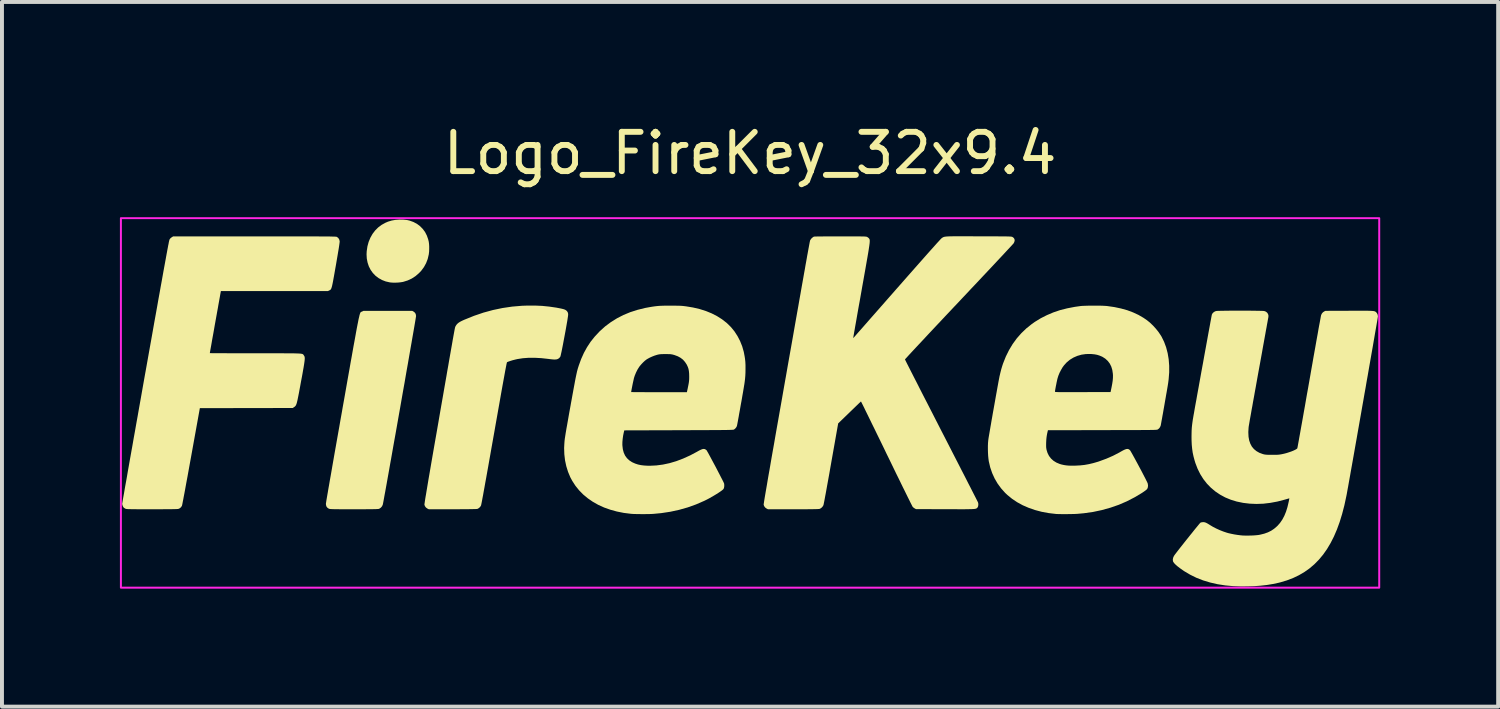
<source format=kicad_pcb>
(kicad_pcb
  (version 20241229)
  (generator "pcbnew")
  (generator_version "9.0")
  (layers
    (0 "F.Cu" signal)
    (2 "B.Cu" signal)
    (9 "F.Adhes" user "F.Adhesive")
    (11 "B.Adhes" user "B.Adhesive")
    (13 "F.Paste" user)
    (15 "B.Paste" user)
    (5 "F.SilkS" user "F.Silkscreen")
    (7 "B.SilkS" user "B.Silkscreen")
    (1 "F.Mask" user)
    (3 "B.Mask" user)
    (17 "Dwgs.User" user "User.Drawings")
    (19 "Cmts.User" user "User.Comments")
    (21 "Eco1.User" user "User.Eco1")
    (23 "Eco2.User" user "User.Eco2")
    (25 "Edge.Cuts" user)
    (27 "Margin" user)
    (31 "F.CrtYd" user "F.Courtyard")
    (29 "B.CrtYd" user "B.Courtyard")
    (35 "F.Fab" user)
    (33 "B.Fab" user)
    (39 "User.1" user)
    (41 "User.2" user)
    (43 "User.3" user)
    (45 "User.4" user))
  (footprint "Logo_FireKey_32x9.4"
    (layer "F.Cu")
    (at 16.027 7.198)
    (property "Reference" "Logo_FireKey_32x9.4" (at 0 -6.35 0) (unlocked yes) (layer "F.SilkS") (effects (font (size 1 1) (thickness 0.15))))
    (attr smd)
    (fp_poly (pts (xy -8.816 -4.662) (xy -8.719 -4.651) (xy -8.66 -4.637) (xy -8.562 -4.602) (xy -8.473 -4.555) (xy -8.394 -4.496) (xy -8.325 -4.426) (xy -8.266 -4.346) (xy -8.22 -4.256) (xy -8.186 -4.158) (xy -8.172 -4.099) (xy -8.165 -4.046) (xy -8.161 -3.984) (xy -8.161 -3.916) (xy -8.163 -3.85) (xy -8.17 -3.791) (xy -8.172 -3.775) (xy -8.199 -3.661) (xy -8.24 -3.554) (xy -8.295 -3.454) (xy -8.363 -3.362) (xy -8.421 -3.301) (xy -8.509 -3.225) (xy -8.605 -3.163) (xy -8.708 -3.115) (xy -8.817 -3.081) (xy -8.828 -3.078) (xy -8.883 -3.069) (xy -8.946 -3.062) (xy -9.013 -3.059) (xy -9.079 -3.059) (xy -9.137 -3.063) (xy -9.162 -3.066) (xy -9.267 -3.09) (xy -9.363 -3.127) (xy -9.45 -3.176) (xy -9.528 -3.236) (xy -9.595 -3.306) (xy -9.651 -3.385) (xy -9.696 -3.473) (xy -9.728 -3.569) (xy -9.748 -3.671) (xy -9.754 -3.779) (xy -9.75 -3.859) (xy -9.732 -3.982) (xy -9.701 -4.096) (xy -9.657 -4.202) (xy -9.602 -4.299) (xy -9.536 -4.386) (xy -9.459 -4.463) (xy -9.371 -4.529) (xy -9.273 -4.583) (xy -9.207 -4.611) (xy -9.117 -4.638) (xy -9.019 -4.656) (xy -8.917 -4.664)) (stroke (width 0) (type solid)) (fill yes) (layer "F.SilkS"))
    (fp_poly (pts (xy -8.558 -2.323) (xy -8.525 -2.296) (xy -8.504 -2.262) (xy -8.496 -2.218) (xy -8.495 -2.208) (xy -8.497 -2.197) (xy -8.501 -2.171) (xy -8.507 -2.132) (xy -8.516 -2.079) (xy -8.527 -2.014) (xy -8.54 -1.937) (xy -8.555 -1.85) (xy -8.572 -1.752) (xy -8.591 -1.644) (xy -8.611 -1.527) (xy -8.633 -1.403) (xy -8.656 -1.27) (xy -8.68 -1.132) (xy -8.705 -0.987) (xy -8.732 -0.837) (xy -8.759 -0.682) (xy -8.786 -0.523) (xy -8.815 -0.362) (xy -8.844 -0.198) (xy -8.873 -0.032) (xy -8.902 0.135) (xy -8.932 0.302) (xy -8.961 0.468) (xy -8.99 0.633) (xy -9.019 0.797) (xy -9.048 0.957) (xy -9.076 1.114) (xy -9.103 1.268) (xy -9.129 1.416) (xy -9.155 1.559) (xy -9.179 1.696) (xy -9.202 1.825) (xy -9.224 1.947) (xy -9.244 2.061) (xy -9.263 2.165) (xy -9.28 2.26) (xy -9.296 2.344) (xy -9.309 2.417) (xy -9.32 2.478) (xy -9.329 2.526) (xy -9.336 2.561) (xy -9.34 2.581) (xy -9.341 2.586) (xy -9.36 2.628) (xy -9.39 2.663) (xy -9.425 2.688) (xy -9.443 2.695) (xy -9.454 2.697) (xy -9.472 2.698) (xy -9.498 2.7) (xy -9.535 2.701) (xy -9.581 2.702) (xy -9.638 2.703) (xy -9.707 2.703) (xy -9.789 2.704) (xy -9.884 2.704) (xy -9.993 2.704) (xy -10.078 2.704) (xy -10.19 2.704) (xy -10.287 2.704) (xy -10.37 2.704) (xy -10.442 2.704) (xy -10.502 2.703) (xy -10.551 2.703) (xy -10.592 2.702) (xy -10.625 2.701) (xy -10.65 2.7) (xy -10.67 2.699) (xy -10.685 2.697) (xy -10.696 2.695) (xy -10.704 2.693) (xy -10.711 2.691) (xy -10.713 2.69) (xy -10.748 2.667) (xy -10.772 2.638) (xy -10.785 2.599) (xy -10.788 2.56) (xy -10.786 2.55) (xy -10.782 2.524) (xy -10.776 2.484) (xy -10.767 2.431) (xy -10.756 2.365) (xy -10.742 2.287) (xy -10.727 2.196) (xy -10.709 2.095) (xy -10.69 1.983) (xy -10.668 1.861) (xy -10.645 1.729) (xy -10.621 1.589) (xy -10.595 1.441) (xy -10.568 1.285) (xy -10.539 1.122) (xy -10.509 0.952) (xy -10.478 0.777) (xy -10.446 0.597) (xy -10.414 0.412) (xy -10.38 0.223) (xy -10.366 0.14) (xy -10.325 -0.089) (xy -10.287 -0.304) (xy -10.252 -0.504) (xy -10.219 -0.691) (xy -10.188 -0.864) (xy -10.16 -1.025) (xy -10.133 -1.173) (xy -10.109 -1.309) (xy -10.087 -1.434) (xy -10.066 -1.547) (xy -10.047 -1.651) (xy -10.03 -1.745) (xy -10.015 -1.829) (xy -10.001 -1.905) (xy -9.988 -1.972) (xy -9.976 -2.031) (xy -9.966 -2.083) (xy -9.957 -2.129) (xy -9.948 -2.167) (xy -9.94 -2.2) (xy -9.934 -2.228) (xy -9.927 -2.251) (xy -9.922 -2.269) (xy -9.916 -2.283) (xy -9.911 -2.295) (xy -9.907 -2.303) (xy -9.902 -2.309) (xy -9.897 -2.313) (xy -9.893 -2.316) (xy -9.888 -2.317) (xy -9.883 -2.319) (xy -9.877 -2.32) (xy -9.871 -2.323) (xy -9.869 -2.324) (xy -9.832 -2.342) (xy -8.593 -2.342)) (stroke (width 0) (type solid)) (fill yes) (layer "F.SilkS"))
    (fp_poly (pts (xy -5.468 -2.476) (xy -5.287 -2.468) (xy -5.109 -2.45) (xy -4.93 -2.424) (xy -4.831 -2.405) (xy -4.775 -2.393) (xy -4.731 -2.381) (xy -4.698 -2.367) (xy -4.674 -2.351) (xy -4.655 -2.332) (xy -4.648 -2.322) (xy -4.635 -2.299) (xy -4.629 -2.277) (xy -4.627 -2.248) (xy -4.627 -2.242) (xy -4.629 -2.223) (xy -4.633 -2.191) (xy -4.64 -2.147) (xy -4.648 -2.093) (xy -4.659 -2.031) (xy -4.671 -1.962) (xy -4.684 -1.887) (xy -4.698 -1.81) (xy -4.713 -1.73) (xy -4.728 -1.65) (xy -4.743 -1.571) (xy -4.757 -1.495) (xy -4.771 -1.424) (xy -4.784 -1.358) (xy -4.796 -1.3) (xy -4.807 -1.252) (xy -4.815 -1.214) (xy -4.822 -1.189) (xy -4.825 -1.178) (xy -4.852 -1.143) (xy -4.877 -1.125) (xy -4.897 -1.115) (xy -4.92 -1.108) (xy -4.948 -1.105) (xy -4.982 -1.104) (xy -5.026 -1.107) (xy -5.081 -1.113) (xy -5.136 -1.12) (xy -5.309 -1.139) (xy -5.474 -1.148) (xy -5.631 -1.148) (xy -5.778 -1.137) (xy -5.915 -1.116) (xy -5.959 -1.106) (xy -5.999 -1.096) (xy -6.042 -1.085) (xy -6.084 -1.072) (xy -6.123 -1.059) (xy -6.154 -1.048) (xy -6.175 -1.039) (xy -6.182 -1.035) (xy -6.184 -1.03) (xy -6.187 -1.018) (xy -6.192 -0.998) (xy -6.198 -0.969) (xy -6.205 -0.932) (xy -6.214 -0.886) (xy -6.225 -0.83) (xy -6.237 -0.764) (xy -6.251 -0.687) (xy -6.267 -0.6) (xy -6.285 -0.501) (xy -6.305 -0.39) (xy -6.327 -0.267) (xy -6.351 -0.131) (xy -6.377 0.017) (xy -6.406 0.18) (xy -6.437 0.356) (xy -6.471 0.547) (xy -6.507 0.753) (xy -6.511 0.775) (xy -6.544 0.961) (xy -6.576 1.14) (xy -6.606 1.311) (xy -6.635 1.474) (xy -6.662 1.628) (xy -6.688 1.773) (xy -6.712 1.908) (xy -6.735 2.032) (xy -6.755 2.146) (xy -6.774 2.249) (xy -6.79 2.34) (xy -6.805 2.418) (xy -6.817 2.484) (xy -6.827 2.536) (xy -6.835 2.574) (xy -6.84 2.598) (xy -6.842 2.607) (xy -6.864 2.643) (xy -6.895 2.673) (xy -6.929 2.693) (xy -6.931 2.694) (xy -6.94 2.696) (xy -6.959 2.698) (xy -6.988 2.699) (xy -7.027 2.7) (xy -7.077 2.701) (xy -7.139 2.702) (xy -7.214 2.703) (xy -7.302 2.703) (xy -7.404 2.704) (xy -7.52 2.704) (xy -7.564 2.704) (xy -8.172 2.704) (xy -8.207 2.687) (xy -8.244 2.66) (xy -8.27 2.624) (xy -8.282 2.589) (xy -8.282 2.581) (xy -8.28 2.564) (xy -8.276 2.538) (xy -8.271 2.502) (xy -8.264 2.456) (xy -8.255 2.399) (xy -8.243 2.331) (xy -8.23 2.252) (xy -8.215 2.162) (xy -8.198 2.06) (xy -8.179 1.945) (xy -8.157 1.819) (xy -8.133 1.679) (xy -8.107 1.526) (xy -8.078 1.359) (xy -8.047 1.179) (xy -8.013 0.984) (xy -7.976 0.775) (xy -7.937 0.55) (xy -7.926 0.487) (xy -7.887 0.259) (xy -7.85 0.046) (xy -7.815 -0.153) (xy -7.783 -0.338) (xy -7.753 -0.51) (xy -7.725 -0.669) (xy -7.7 -0.816) (xy -7.676 -0.95) (xy -7.655 -1.074) (xy -7.635 -1.187) (xy -7.617 -1.289) (xy -7.601 -1.381) (xy -7.586 -1.465) (xy -7.573 -1.539) (xy -7.562 -1.605) (xy -7.551 -1.664) (xy -7.542 -1.715) (xy -7.534 -1.759) (xy -7.527 -1.797) (xy -7.521 -1.829) (xy -7.516 -1.856) (xy -7.512 -1.878) (xy -7.508 -1.896) (xy -7.505 -1.91) (xy -7.502 -1.921) (xy -7.5 -1.929) (xy -7.498 -1.935) (xy -7.497 -1.939) (xy -7.495 -1.942) (xy -7.494 -1.944) (xy -7.493 -1.946) (xy -7.491 -1.948) (xy -7.489 -1.952) (xy -7.489 -1.953) (xy -7.47 -1.984) (xy -7.447 -2.011) (xy -7.417 -2.037) (xy -7.377 -2.063) (xy -7.327 -2.089) (xy -7.263 -2.118) (xy -7.262 -2.118) (xy -7.022 -2.215) (xy -6.781 -2.297) (xy -6.539 -2.363) (xy -6.295 -2.414) (xy -6.049 -2.45) (xy -5.801 -2.471) (xy -5.657 -2.476)) (stroke (width 0) (type solid)) (fill yes) (layer "F.SilkS"))
    (fp_poly (pts (xy -12.39 -4.236) (xy -12.193 -4.236) (xy -12.009 -4.236) (xy -11.84 -4.236) (xy -11.684 -4.236) (xy -11.541 -4.236) (xy -11.41 -4.236) (xy -11.291 -4.235) (xy -11.183 -4.235) (xy -11.085 -4.235) (xy -10.998 -4.235) (xy -10.92 -4.234) (xy -10.851 -4.234) (xy -10.79 -4.234) (xy -10.737 -4.233) (xy -10.691 -4.233) (xy -10.652 -4.232) (xy -10.619 -4.231) (xy -10.592 -4.231) (xy -10.57 -4.23) (xy -10.552 -4.229) (xy -10.538 -4.228) (xy -10.527 -4.227) (xy -10.52 -4.226) (xy -10.514 -4.225) (xy -10.51 -4.223) (xy -10.508 -4.222) (xy -10.473 -4.195) (xy -10.449 -4.157) (xy -10.438 -4.114) (xy -10.438 -4.113) (xy -10.438 -4.098) (xy -10.441 -4.072) (xy -10.446 -4.034) (xy -10.453 -3.984) (xy -10.463 -3.92) (xy -10.476 -3.844) (xy -10.491 -3.754) (xy -10.509 -3.649) (xy -10.529 -3.53) (xy -10.533 -3.507) (xy -10.553 -3.396) (xy -10.57 -3.298) (xy -10.585 -3.214) (xy -10.598 -3.143) (xy -10.609 -3.082) (xy -10.619 -3.032) (xy -10.628 -2.991) (xy -10.636 -2.958) (xy -10.644 -2.932) (xy -10.651 -2.911) (xy -10.659 -2.896) (xy -10.666 -2.885) (xy -10.675 -2.877) (xy -10.684 -2.871) (xy -10.694 -2.865) (xy -10.703 -2.861) (xy -10.737 -2.845) (xy -13.459 -2.845) (xy -13.463 -2.823) (xy -13.465 -2.812) (xy -13.47 -2.786) (xy -13.477 -2.748) (xy -13.485 -2.699) (xy -13.496 -2.64) (xy -13.508 -2.572) (xy -13.522 -2.496) (xy -13.536 -2.414) (xy -13.552 -2.327) (xy -13.568 -2.237) (xy -13.585 -2.143) (xy -13.602 -2.049) (xy -13.619 -1.954) (xy -13.635 -1.861) (xy -13.651 -1.77) (xy -13.667 -1.683) (xy -13.682 -1.6) (xy -13.695 -1.524) (xy -13.707 -1.456) (xy -13.718 -1.396) (xy -13.727 -1.346) (xy -13.734 -1.307) (xy -13.738 -1.28) (xy -13.74 -1.268) (xy -13.74 -1.267) (xy -13.733 -1.266) (xy -13.71 -1.266) (xy -13.674 -1.265) (xy -13.625 -1.265) (xy -13.563 -1.265) (xy -13.491 -1.264) (xy -13.408 -1.264) (xy -13.315 -1.264) (xy -13.213 -1.263) (xy -13.104 -1.263) (xy -12.987 -1.263) (xy -12.865 -1.263) (xy -12.737 -1.263) (xy -12.604 -1.263) (xy -12.582 -1.263) (xy -12.423 -1.263) (xy -12.278 -1.263) (xy -12.147 -1.263) (xy -12.03 -1.263) (xy -11.925 -1.263) (xy -11.833 -1.262) (xy -11.751 -1.262) (xy -11.68 -1.261) (xy -11.618 -1.261) (xy -11.565 -1.26) (xy -11.521 -1.258) (xy -11.483 -1.257) (xy -11.453 -1.255) (xy -11.428 -1.253) (xy -11.409 -1.25) (xy -11.394 -1.247) (xy -11.382 -1.243) (xy -11.374 -1.239) (xy -11.368 -1.235) (xy -11.363 -1.23) (xy -11.359 -1.224) (xy -11.355 -1.218) (xy -11.35 -1.211) (xy -11.349 -1.21) (xy -11.342 -1.199) (xy -11.336 -1.189) (xy -11.331 -1.177) (xy -11.328 -1.162) (xy -11.326 -1.144) (xy -11.326 -1.121) (xy -11.328 -1.093) (xy -11.332 -1.057) (xy -11.338 -1.014) (xy -11.346 -0.962) (xy -11.356 -0.9) (xy -11.369 -0.827) (xy -11.384 -0.741) (xy -11.402 -0.643) (xy -11.422 -0.538) (xy -11.442 -0.428) (xy -11.46 -0.332) (xy -11.475 -0.25) (xy -11.489 -0.179) (xy -11.501 -0.12) (xy -11.511 -0.071) (xy -11.521 -0.03) (xy -11.529 0.003) (xy -11.538 0.029) (xy -11.546 0.049) (xy -11.554 0.065) (xy -11.563 0.077) (xy -11.572 0.087) (xy -11.582 0.096) (xy -11.594 0.104) (xy -11.596 0.105) (xy -11.63 0.129) (xy -12.812 0.131) (xy -13.994 0.133) (xy -14.215 1.358) (xy -14.24 1.495) (xy -14.264 1.627) (xy -14.287 1.755) (xy -14.309 1.877) (xy -14.331 1.993) (xy -14.351 2.102) (xy -14.369 2.202) (xy -14.386 2.294) (xy -14.402 2.376) (xy -14.415 2.447) (xy -14.427 2.507) (xy -14.436 2.555) (xy -14.443 2.589) (xy -14.448 2.61) (xy -14.449 2.615) (xy -14.473 2.652) (xy -14.507 2.681) (xy -14.542 2.696) (xy -14.555 2.698) (xy -14.585 2.699) (xy -14.629 2.701) (xy -14.688 2.702) (xy -14.762 2.703) (xy -14.851 2.703) (xy -14.953 2.704) (xy -15.069 2.704) (xy -15.199 2.704) (xy -15.214 2.704) (xy -15.329 2.704) (xy -15.43 2.704) (xy -15.517 2.704) (xy -15.592 2.704) (xy -15.655 2.703) (xy -15.708 2.703) (xy -15.752 2.702) (xy -15.787 2.702) (xy -15.815 2.701) (xy -15.837 2.699) (xy -15.854 2.698) (xy -15.866 2.696) (xy -15.875 2.694) (xy -15.883 2.692) (xy -15.888 2.69) (xy -15.91 2.677) (xy -15.929 2.664) (xy -15.932 2.66) (xy -15.949 2.635) (xy -15.962 2.603) (xy -15.969 2.572) (xy -15.97 2.566) (xy -15.968 2.556) (xy -15.964 2.532) (xy -15.958 2.494) (xy -15.949 2.442) (xy -15.937 2.376) (xy -15.923 2.298) (xy -15.908 2.207) (xy -15.89 2.105) (xy -15.869 1.991) (xy -15.847 1.866) (xy -15.824 1.731) (xy -15.798 1.585) (xy -15.771 1.431) (xy -15.742 1.268) (xy -15.711 1.096) (xy -15.68 0.916) (xy -15.646 0.729) (xy -15.612 0.535) (xy -15.576 0.335) (xy -15.54 0.129) (xy -15.502 -0.083) (xy -15.464 -0.299) (xy -15.425 -0.52) (xy -15.385 -0.745) (xy -15.377 -0.788) (xy -15.327 -1.068) (xy -15.28 -1.333) (xy -15.235 -1.583) (xy -15.193 -1.82) (xy -15.154 -2.042) (xy -15.116 -2.251) (xy -15.081 -2.446) (xy -15.049 -2.629) (xy -15.018 -2.799) (xy -14.99 -2.957) (xy -14.963 -3.104) (xy -14.939 -3.239) (xy -14.917 -3.363) (xy -14.896 -3.477) (xy -14.877 -3.58) (xy -14.86 -3.673) (xy -14.845 -3.757) (xy -14.831 -3.832) (xy -14.819 -3.898) (xy -14.808 -3.955) (xy -14.799 -4.005) (xy -14.79 -4.046) (xy -14.784 -4.081) (xy -14.778 -4.108) (xy -14.773 -4.129) (xy -14.77 -4.143) (xy -14.767 -4.152) (xy -14.767 -4.154) (xy -14.741 -4.189) (xy -14.711 -4.212) (xy -14.673 -4.236) (xy -12.603 -4.236)) (stroke (width 0) (type solid)) (fill yes) (layer "F.SilkS"))
    (fp_poly (pts (xy 8.85 -2.474) (xy 8.92 -2.473) (xy 8.982 -2.471) (xy 9.035 -2.468) (xy 9.076 -2.465) (xy 9.084 -2.464) (xy 9.265 -2.438) (xy 9.435 -2.402) (xy 9.593 -2.358) (xy 9.74 -2.303) (xy 9.878 -2.239) (xy 10.007 -2.164) (xy 10.093 -2.105) (xy 10.171 -2.042) (xy 10.249 -1.967) (xy 10.323 -1.886) (xy 10.391 -1.8) (xy 10.448 -1.715) (xy 10.465 -1.687) (xy 10.53 -1.555) (xy 10.582 -1.415) (xy 10.621 -1.266) (xy 10.647 -1.111) (xy 10.66 -0.947) (xy 10.66 -0.777) (xy 10.646 -0.6) (xy 10.634 -0.507) (xy 10.63 -0.482) (xy 10.624 -0.444) (xy 10.616 -0.396) (xy 10.606 -0.338) (xy 10.595 -0.273) (xy 10.582 -0.201) (xy 10.569 -0.125) (xy 10.555 -0.046) (xy 10.541 0.035) (xy 10.527 0.115) (xy 10.513 0.194) (xy 10.5 0.27) (xy 10.487 0.34) (xy 10.476 0.405) (xy 10.465 0.461) (xy 10.457 0.508) (xy 10.45 0.545) (xy 10.446 0.568) (xy 10.444 0.576) (xy 10.427 0.616) (xy 10.401 0.65) (xy 10.37 0.674) (xy 10.368 0.675) (xy 10.364 0.677) (xy 10.359 0.679) (xy 10.353 0.68) (xy 10.344 0.681) (xy 10.332 0.683) (xy 10.317 0.684) (xy 10.297 0.685) (xy 10.272 0.686) (xy 10.242 0.687) (xy 10.205 0.687) (xy 10.161 0.688) (xy 10.109 0.688) (xy 10.049 0.689) (xy 9.979 0.689) (xy 9.9 0.69) (xy 9.81 0.69) (xy 9.709 0.69) (xy 9.596 0.691) (xy 9.471 0.691) (xy 9.332 0.691) (xy 9.179 0.691) (xy 9.011 0.692) (xy 8.957 0.692) (xy 7.576 0.694) (xy 7.572 0.711) (xy 7.557 0.775) (xy 7.547 0.829) (xy 7.54 0.878) (xy 7.535 0.929) (xy 7.532 0.985) (xy 7.531 1.003) (xy 7.53 1.056) (xy 7.53 1.097) (xy 7.531 1.131) (xy 7.535 1.16) (xy 7.54 1.188) (xy 7.54 1.19) (xy 7.566 1.274) (xy 7.604 1.349) (xy 7.655 1.415) (xy 7.717 1.471) (xy 7.791 1.517) (xy 7.875 1.552) (xy 7.922 1.566) (xy 7.981 1.579) (xy 8.038 1.588) (xy 8.098 1.594) (xy 8.164 1.596) (xy 8.241 1.596) (xy 8.273 1.595) (xy 8.393 1.589) (xy 8.506 1.577) (xy 8.617 1.557) (xy 8.731 1.53) (xy 8.851 1.495) (xy 8.883 1.484) (xy 9.06 1.419) (xy 9.232 1.344) (xy 9.394 1.26) (xy 9.428 1.24) (xy 9.484 1.209) (xy 9.529 1.187) (xy 9.566 1.174) (xy 9.597 1.17) (xy 9.622 1.174) (xy 9.645 1.187) (xy 9.662 1.202) (xy 9.671 1.214) (xy 9.686 1.239) (xy 9.706 1.274) (xy 9.731 1.318) (xy 9.76 1.371) (xy 9.792 1.429) (xy 9.826 1.492) (xy 9.862 1.558) (xy 9.898 1.626) (xy 9.934 1.693) (xy 9.969 1.759) (xy 10.002 1.823) (xy 10.032 1.881) (xy 10.059 1.933) (xy 10.081 1.978) (xy 10.099 2.014) (xy 10.11 2.039) (xy 10.114 2.049) (xy 10.122 2.1) (xy 10.117 2.147) (xy 10.101 2.187) (xy 10.086 2.203) (xy 10.058 2.226) (xy 10.019 2.254) (xy 9.978 2.282) (xy 9.785 2.398) (xy 9.586 2.501) (xy 9.38 2.59) (xy 9.167 2.664) (xy 8.948 2.725) (xy 8.722 2.773) (xy 8.488 2.806) (xy 8.322 2.821) (xy 8.286 2.823) (xy 8.238 2.825) (xy 8.182 2.826) (xy 8.121 2.827) (xy 8.057 2.828) (xy 7.993 2.828) (xy 7.931 2.828) (xy 7.876 2.827) (xy 7.829 2.826) (xy 7.794 2.825) (xy 7.782 2.824) (xy 7.595 2.802) (xy 7.417 2.769) (xy 7.247 2.724) (xy 7.086 2.668) (xy 6.934 2.602) (xy 6.793 2.525) (xy 6.663 2.438) (xy 6.544 2.341) (xy 6.488 2.288) (xy 6.386 2.174) (xy 6.297 2.053) (xy 6.221 1.923) (xy 6.158 1.785) (xy 6.108 1.639) (xy 6.072 1.485) (xy 6.07 1.473) (xy 6.062 1.412) (xy 6.055 1.339) (xy 6.051 1.259) (xy 6.049 1.177) (xy 6.049 1.095) (xy 6.052 1.018) (xy 6.058 0.95) (xy 6.059 0.943) (xy 6.062 0.922) (xy 6.067 0.887) (xy 6.075 0.84) (xy 6.085 0.781) (xy 6.097 0.712) (xy 6.11 0.635) (xy 6.125 0.55) (xy 6.14 0.46) (xy 6.157 0.365) (xy 6.174 0.266) (xy 6.192 0.166) (xy 6.21 0.065) (xy 6.228 -0.035) (xy 6.245 -0.133) (xy 6.262 -0.227) (xy 6.273 -0.287) (xy 7.755 -0.287) (xy 7.755 -0.285) (xy 7.757 -0.283) (xy 7.761 -0.281) (xy 7.769 -0.279) (xy 7.781 -0.278) (xy 7.798 -0.277) (xy 7.821 -0.276) (xy 7.851 -0.275) (xy 7.889 -0.274) (xy 7.937 -0.274) (xy 7.994 -0.274) (xy 8.062 -0.274) (xy 8.142 -0.274) (xy 8.235 -0.274) (xy 8.341 -0.274) (xy 8.462 -0.275) (xy 8.462 -0.275) (xy 9.169 -0.277) (xy 9.194 -0.397) (xy 9.211 -0.487) (xy 9.223 -0.565) (xy 9.229 -0.635) (xy 9.23 -0.7) (xy 9.227 -0.745) (xy 9.213 -0.839) (xy 9.187 -0.925) (xy 9.148 -1.002) (xy 9.097 -1.069) (xy 9.035 -1.126) (xy 8.963 -1.172) (xy 8.944 -1.181) (xy 8.884 -1.206) (xy 8.825 -1.224) (xy 8.762 -1.236) (xy 8.69 -1.243) (xy 8.658 -1.245) (xy 8.541 -1.243) (xy 8.43 -1.227) (xy 8.325 -1.197) (xy 8.226 -1.154) (xy 8.135 -1.099) (xy 8.053 -1.031) (xy 7.985 -0.956) (xy 7.945 -0.901) (xy 7.907 -0.835) (xy 7.871 -0.765) (xy 7.842 -0.694) (xy 7.822 -0.631) (xy 7.814 -0.601) (xy 7.806 -0.563) (xy 7.796 -0.518) (xy 7.787 -0.47) (xy 7.777 -0.422) (xy 7.769 -0.378) (xy 7.762 -0.339) (xy 7.757 -0.308) (xy 7.755 -0.29) (xy 7.755 -0.287) (xy 6.273 -0.287) (xy 6.278 -0.317) (xy 6.293 -0.4) (xy 6.307 -0.476) (xy 6.319 -0.543) (xy 6.33 -0.6) (xy 6.339 -0.645) (xy 6.341 -0.659) (xy 6.363 -0.755) (xy 6.389 -0.857) (xy 6.419 -0.956) (xy 6.437 -1.009) (xy 6.506 -1.182) (xy 6.587 -1.345) (xy 6.679 -1.498) (xy 6.783 -1.641) (xy 6.899 -1.773) (xy 7.026 -1.895) (xy 7.165 -2.006) (xy 7.244 -2.062) (xy 7.394 -2.154) (xy 7.55 -2.233) (xy 7.713 -2.302) (xy 7.884 -2.36) (xy 8.066 -2.406) (xy 8.257 -2.443) (xy 8.413 -2.465) (xy 8.451 -2.468) (xy 8.502 -2.47) (xy 8.563 -2.472) (xy 8.631 -2.474) (xy 8.703 -2.474) (xy 8.777 -2.474)) (stroke (width 0) (type solid)) (fill yes) (layer "F.SilkS"))
    (fp_poly (pts (xy -1.943 -2.474) (xy -1.88 -2.473) (xy -1.827 -2.472) (xy -1.783 -2.471) (xy -1.744 -2.469) (xy -1.708 -2.466) (xy -1.672 -2.462) (xy -1.634 -2.457) (xy -1.631 -2.457) (xy -1.45 -2.427) (xy -1.28 -2.387) (xy -1.122 -2.337) (xy -0.975 -2.277) (xy -0.839 -2.207) (xy -0.713 -2.127) (xy -0.597 -2.037) (xy -0.586 -2.027) (xy -0.486 -1.929) (xy -0.397 -1.82) (xy -0.32 -1.701) (xy -0.254 -1.574) (xy -0.2 -1.439) (xy -0.16 -1.299) (xy -0.137 -1.178) (xy -0.129 -1.126) (xy -0.124 -1.082) (xy -0.12 -1.043) (xy -0.118 -1.003) (xy -0.116 -0.959) (xy -0.116 -0.906) (xy -0.116 -0.863) (xy -0.117 -0.771) (xy -0.121 -0.688) (xy -0.128 -0.609) (xy -0.138 -0.528) (xy -0.145 -0.479) (xy -0.152 -0.439) (xy -0.16 -0.389) (xy -0.17 -0.33) (xy -0.181 -0.263) (xy -0.194 -0.191) (xy -0.207 -0.114) (xy -0.221 -0.034) (xy -0.236 0.046) (xy -0.25 0.127) (xy -0.264 0.206) (xy -0.278 0.281) (xy -0.29 0.352) (xy -0.302 0.416) (xy -0.312 0.472) (xy -0.321 0.519) (xy -0.328 0.556) (xy -0.333 0.579) (xy -0.335 0.589) (xy -0.354 0.624) (xy -0.38 0.655) (xy -0.408 0.676) (xy -0.411 0.678) (xy -0.417 0.679) (xy -0.424 0.681) (xy -0.434 0.682) (xy -0.448 0.683) (xy -0.466 0.684) (xy -0.489 0.685) (xy -0.518 0.686) (xy -0.553 0.687) (xy -0.595 0.688) (xy -0.644 0.688) (xy -0.702 0.689) (xy -0.769 0.69) (xy -0.846 0.69) (xy -0.933 0.691) (xy -1.031 0.691) (xy -1.141 0.692) (xy -1.263 0.692) (xy -1.399 0.692) (xy -1.548 0.693) (xy -1.712 0.693) (xy -1.816 0.694) (xy -3.199 0.698) (xy -3.213 0.756) (xy -3.229 0.834) (xy -3.24 0.915) (xy -3.247 0.993) (xy -3.248 1.064) (xy -3.247 1.083) (xy -3.236 1.179) (xy -3.213 1.264) (xy -3.179 1.339) (xy -3.132 1.404) (xy -3.074 1.459) (xy -3.004 1.505) (xy -2.984 1.515) (xy -2.918 1.544) (xy -2.85 1.566) (xy -2.776 1.582) (xy -2.695 1.592) (xy -2.604 1.597) (xy -2.549 1.598) (xy -2.384 1.59) (xy -2.217 1.568) (xy -2.048 1.532) (xy -1.876 1.481) (xy -1.702 1.415) (xy -1.523 1.334) (xy -1.342 1.238) (xy -1.335 1.233) (xy -1.283 1.205) (xy -1.242 1.186) (xy -1.209 1.174) (xy -1.182 1.17) (xy -1.159 1.172) (xy -1.141 1.179) (xy -1.121 1.192) (xy -1.105 1.205) (xy -1.098 1.216) (xy -1.085 1.24) (xy -1.065 1.274) (xy -1.042 1.317) (xy -1.014 1.368) (xy -0.983 1.426) (xy -0.95 1.488) (xy -0.915 1.553) (xy -0.879 1.62) (xy -0.844 1.687) (xy -0.81 1.753) (xy -0.777 1.816) (xy -0.747 1.875) (xy -0.72 1.927) (xy -0.697 1.972) (xy -0.679 2.008) (xy -0.667 2.034) (xy -0.661 2.047) (xy -0.661 2.048) (xy -0.656 2.084) (xy -0.657 2.123) (xy -0.663 2.159) (xy -0.674 2.186) (xy -0.675 2.188) (xy -0.692 2.206) (xy -0.721 2.229) (xy -0.76 2.257) (xy -0.808 2.289) (xy -0.862 2.323) (xy -0.92 2.358) (xy -0.981 2.393) (xy -1.042 2.428) (xy -1.103 2.46) (xy -1.16 2.488) (xy -1.166 2.491) (xy -1.373 2.581) (xy -1.585 2.657) (xy -1.804 2.719) (xy -2.029 2.768) (xy -2.261 2.803) (xy -2.451 2.821) (xy -2.497 2.824) (xy -2.553 2.826) (xy -2.618 2.827) (xy -2.687 2.828) (xy -2.758 2.828) (xy -2.828 2.827) (xy -2.894 2.826) (xy -2.953 2.825) (xy -3.001 2.822) (xy -3.028 2.82) (xy -3.212 2.797) (xy -3.387 2.762) (xy -3.554 2.716) (xy -3.712 2.66) (xy -3.86 2.593) (xy -3.998 2.515) (xy -4.126 2.427) (xy -4.243 2.33) (xy -4.348 2.223) (xy -4.441 2.108) (xy -4.522 1.983) (xy -4.572 1.89) (xy -4.629 1.754) (xy -4.674 1.61) (xy -4.706 1.46) (xy -4.724 1.305) (xy -4.729 1.148) (xy -4.724 1.044) (xy -4.722 1.02) (xy -4.721 0.997) (xy -4.719 0.976) (xy -4.717 0.953) (xy -4.714 0.93) (xy -4.711 0.904) (xy -4.706 0.875) (xy -4.701 0.842) (xy -4.695 0.803) (xy -4.688 0.758) (xy -4.679 0.706) (xy -4.669 0.646) (xy -4.656 0.576) (xy -4.642 0.496) (xy -4.626 0.405) (xy -4.608 0.302) (xy -4.587 0.185) (xy -4.563 0.054) (xy -4.56 0.035) (xy -4.536 -0.096) (xy -4.515 -0.213) (xy -4.503 -0.277) (xy -3.024 -0.277) (xy -3.016 -0.276) (xy -2.994 -0.276) (xy -2.959 -0.275) (xy -2.911 -0.275) (xy -2.852 -0.274) (xy -2.783 -0.274) (xy -2.705 -0.274) (xy -2.619 -0.273) (xy -2.526 -0.273) (xy -2.427 -0.273) (xy -2.324 -0.273) (xy -2.316 -0.273) (xy -1.607 -0.273) (xy -1.603 -0.29) (xy -1.6 -0.304) (xy -1.595 -0.329) (xy -1.587 -0.364) (xy -1.579 -0.405) (xy -1.573 -0.433) (xy -1.563 -0.484) (xy -1.556 -0.526) (xy -1.552 -0.563) (xy -1.549 -0.6) (xy -1.548 -0.644) (xy -1.548 -0.678) (xy -1.55 -0.751) (xy -1.556 -0.812) (xy -1.566 -0.865) (xy -1.582 -0.913) (xy -1.604 -0.961) (xy -1.61 -0.974) (xy -1.655 -1.042) (xy -1.706 -1.1) (xy -1.767 -1.147) (xy -1.838 -1.186) (xy -1.921 -1.217) (xy -1.949 -1.225) (xy -1.975 -1.232) (xy -2 -1.236) (xy -2.025 -1.24) (xy -2.056 -1.241) (xy -2.096 -1.242) (xy -2.146 -1.242) (xy -2.155 -1.242) (xy -2.208 -1.242) (xy -2.248 -1.241) (xy -2.28 -1.239) (xy -2.308 -1.236) (xy -2.334 -1.231) (xy -2.363 -1.224) (xy -2.373 -1.221) (xy -2.43 -1.203) (xy -2.491 -1.179) (xy -2.551 -1.152) (xy -2.604 -1.123) (xy -2.632 -1.106) (xy -2.675 -1.073) (xy -2.721 -1.03) (xy -2.765 -0.984) (xy -2.804 -0.938) (xy -2.821 -0.915) (xy -2.863 -0.848) (xy -2.901 -0.772) (xy -2.933 -0.694) (xy -2.949 -0.645) (xy -2.955 -0.624) (xy -2.962 -0.591) (xy -2.971 -0.551) (xy -2.981 -0.506) (xy -2.991 -0.458) (xy -3 -0.411) (xy -3.009 -0.366) (xy -3.016 -0.328) (xy -3.021 -0.298) (xy -3.024 -0.28) (xy -3.024 -0.277) (xy -4.503 -0.277) (xy -4.496 -0.317) (xy -4.479 -0.409) (xy -4.464 -0.489) (xy -4.451 -0.56) (xy -4.439 -0.621) (xy -4.428 -0.675) (xy -4.418 -0.722) (xy -4.409 -0.763) (xy -4.401 -0.8) (xy -4.392 -0.833) (xy -4.384 -0.864) (xy -4.375 -0.893) (xy -4.366 -0.921) (xy -4.357 -0.95) (xy -4.296 -1.117) (xy -4.226 -1.273) (xy -4.146 -1.418) (xy -4.056 -1.555) (xy -3.953 -1.684) (xy -3.838 -1.808) (xy -3.818 -1.828) (xy -3.684 -1.948) (xy -3.539 -2.056) (xy -3.385 -2.152) (xy -3.222 -2.236) (xy -3.048 -2.308) (xy -2.864 -2.367) (xy -2.671 -2.415) (xy -2.545 -2.438) (xy -2.484 -2.448) (xy -2.429 -2.456) (xy -2.379 -2.462) (xy -2.329 -2.467) (xy -2.277 -2.47) (xy -2.221 -2.472) (xy -2.156 -2.474) (xy -2.081 -2.474) (xy -2.019 -2.474)) (stroke (width 0) (type solid)) (fill yes) (layer "F.SilkS"))
    (fp_poly (pts (xy 12.547 -2.346) (xy 12.632 -2.346) (xy 12.715 -2.346) (xy 12.792 -2.345) (xy 12.864 -2.344) (xy 12.928 -2.343) (xy 12.983 -2.342) (xy 13.028 -2.341) (xy 13.06 -2.339) (xy 13.078 -2.337) (xy 13.079 -2.337) (xy 13.12 -2.321) (xy 13.153 -2.294) (xy 13.175 -2.259) (xy 13.185 -2.219) (xy 13.183 -2.188) (xy 13.182 -2.178) (xy 13.177 -2.153) (xy 13.17 -2.114) (xy 13.161 -2.063) (xy 13.149 -1.999) (xy 13.136 -1.924) (xy 13.12 -1.839) (xy 13.103 -1.743) (xy 13.084 -1.639) (xy 13.064 -1.527) (xy 13.042 -1.407) (xy 13.02 -1.281) (xy 12.996 -1.149) (xy 12.971 -1.011) (xy 12.945 -0.87) (xy 12.937 -0.826) (xy 12.911 -0.683) (xy 12.886 -0.543) (xy 12.862 -0.407) (xy 12.838 -0.277) (xy 12.816 -0.152) (xy 12.794 -0.034) (xy 12.775 0.076) (xy 12.756 0.178) (xy 12.74 0.271) (xy 12.725 0.354) (xy 12.712 0.425) (xy 12.702 0.485) (xy 12.694 0.533) (xy 12.688 0.566) (xy 12.685 0.586) (xy 12.684 0.588) (xy 12.679 0.631) (xy 12.676 0.681) (xy 12.673 0.732) (xy 12.673 0.757) (xy 12.678 0.861) (xy 12.695 0.955) (xy 12.724 1.038) (xy 12.763 1.111) (xy 12.815 1.173) (xy 12.878 1.225) (xy 12.953 1.268) (xy 13.04 1.3) (xy 13.051 1.303) (xy 13.074 1.309) (xy 13.096 1.313) (xy 13.121 1.316) (xy 13.15 1.318) (xy 13.187 1.32) (xy 13.235 1.32) (xy 13.277 1.32) (xy 13.336 1.32) (xy 13.383 1.32) (xy 13.421 1.318) (xy 13.454 1.315) (xy 13.485 1.311) (xy 13.517 1.305) (xy 13.529 1.303) (xy 13.588 1.29) (xy 13.648 1.274) (xy 13.707 1.255) (xy 13.763 1.236) (xy 13.813 1.216) (xy 13.856 1.196) (xy 13.89 1.178) (xy 13.912 1.162) (xy 13.919 1.152) (xy 13.921 1.143) (xy 13.926 1.119) (xy 13.933 1.081) (xy 13.942 1.03) (xy 13.954 0.966) (xy 13.967 0.891) (xy 13.983 0.804) (xy 14 0.707) (xy 14.019 0.6) (xy 14.04 0.485) (xy 14.062 0.361) (xy 14.085 0.229) (xy 14.11 0.091) (xy 14.135 -0.054) (xy 14.161 -0.204) (xy 14.189 -0.358) (xy 14.217 -0.517) (xy 14.22 -0.534) (xy 14.248 -0.693) (xy 14.275 -0.849) (xy 14.302 -1) (xy 14.327 -1.145) (xy 14.352 -1.285) (xy 14.376 -1.418) (xy 14.398 -1.544) (xy 14.419 -1.661) (xy 14.439 -1.77) (xy 14.456 -1.869) (xy 14.472 -1.958) (xy 14.487 -2.035) (xy 14.499 -2.101) (xy 14.509 -2.155) (xy 14.516 -2.195) (xy 14.522 -2.222) (xy 14.524 -2.234) (xy 14.524 -2.234) (xy 14.545 -2.276) (xy 14.572 -2.306) (xy 14.6 -2.325) (xy 14.633 -2.342) (xy 15.229 -2.344) (xy 15.344 -2.345) (xy 15.445 -2.345) (xy 15.532 -2.345) (xy 15.606 -2.345) (xy 15.669 -2.345) (xy 15.723 -2.344) (xy 15.766 -2.343) (xy 15.802 -2.341) (xy 15.831 -2.339) (xy 15.854 -2.337) (xy 15.871 -2.334) (xy 15.885 -2.33) (xy 15.897 -2.326) (xy 15.906 -2.32) (xy 15.915 -2.315) (xy 15.917 -2.313) (xy 15.941 -2.288) (xy 15.959 -2.254) (xy 15.968 -2.216) (xy 15.969 -2.201) (xy 15.968 -2.191) (xy 15.964 -2.167) (xy 15.958 -2.129) (xy 15.949 -2.077) (xy 15.938 -2.014) (xy 15.925 -1.938) (xy 15.91 -1.852) (xy 15.893 -1.755) (xy 15.875 -1.649) (xy 15.855 -1.534) (xy 15.834 -1.411) (xy 15.811 -1.281) (xy 15.787 -1.144) (xy 15.762 -1.001) (xy 15.736 -0.853) (xy 15.71 -0.701) (xy 15.682 -0.546) (xy 15.655 -0.387) (xy 15.626 -0.226) (xy 15.598 -0.064) (xy 15.569 0.099) (xy 15.541 0.261) (xy 15.512 0.424) (xy 15.484 0.584) (xy 15.456 0.742) (xy 15.429 0.898) (xy 15.402 1.049) (xy 15.376 1.197) (xy 15.351 1.339) (xy 15.327 1.475) (xy 15.304 1.604) (xy 15.282 1.726) (xy 15.262 1.84) (xy 15.243 1.946) (xy 15.226 2.041) (xy 15.211 2.127) (xy 15.197 2.201) (xy 15.186 2.263) (xy 15.177 2.314) (xy 15.17 2.35) (xy 15.166 2.369) (xy 15.116 2.603) (xy 15.059 2.822) (xy 14.996 3.028) (xy 14.926 3.22) (xy 14.849 3.399) (xy 14.765 3.564) (xy 14.674 3.717) (xy 14.575 3.858) (xy 14.468 3.986) (xy 14.354 4.102) (xy 14.231 4.207) (xy 14.1 4.3) (xy 13.96 4.382) (xy 13.812 4.453) (xy 13.655 4.513) (xy 13.488 4.563) (xy 13.44 4.575) (xy 13.299 4.605) (xy 13.147 4.63) (xy 12.985 4.648) (xy 12.817 4.661) (xy 12.647 4.667) (xy 12.476 4.668) (xy 12.309 4.661) (xy 12.292 4.66) (xy 12.085 4.641) (xy 11.887 4.61) (xy 11.7 4.567) (xy 11.521 4.513) (xy 11.352 4.447) (xy 11.192 4.368) (xy 11.04 4.278) (xy 10.933 4.203) (xy 10.871 4.155) (xy 10.823 4.113) (xy 10.788 4.077) (xy 10.765 4.046) (xy 10.756 4.024) (xy 10.752 3.981) (xy 10.761 3.936) (xy 10.781 3.892) (xy 10.789 3.88) (xy 10.808 3.853) (xy 10.835 3.818) (xy 10.868 3.775) (xy 10.906 3.726) (xy 10.949 3.671) (xy 10.995 3.613) (xy 11.043 3.552) (xy 11.093 3.489) (xy 11.144 3.426) (xy 11.193 3.364) (xy 11.242 3.304) (xy 11.287 3.247) (xy 11.329 3.195) (xy 11.367 3.149) (xy 11.4 3.109) (xy 11.425 3.078) (xy 11.444 3.057) (xy 11.454 3.046) (xy 11.455 3.045) (xy 11.484 3.036) (xy 11.521 3.032) (xy 11.523 3.032) (xy 11.548 3.033) (xy 11.574 3.039) (xy 11.602 3.05) (xy 11.636 3.068) (xy 11.677 3.093) (xy 11.704 3.11) (xy 11.774 3.152) (xy 11.856 3.194) (xy 11.944 3.234) (xy 12.035 3.27) (xy 12.124 3.3) (xy 12.166 3.312) (xy 12.236 3.328) (xy 12.315 3.344) (xy 12.397 3.357) (xy 12.476 3.367) (xy 12.531 3.372) (xy 12.595 3.374) (xy 12.665 3.374) (xy 12.737 3.373) (xy 12.807 3.37) (xy 12.872 3.365) (xy 12.929 3.359) (xy 12.973 3.351) (xy 13.078 3.325) (xy 13.17 3.292) (xy 13.253 3.251) (xy 13.328 3.201) (xy 13.398 3.141) (xy 13.414 3.126) (xy 13.479 3.052) (xy 13.537 2.968) (xy 13.587 2.874) (xy 13.631 2.768) (xy 13.668 2.649) (xy 13.699 2.517) (xy 13.712 2.45) (xy 13.716 2.426) (xy 13.602 2.459) (xy 13.414 2.508) (xy 13.231 2.542) (xy 13.054 2.563) (xy 12.88 2.569) (xy 12.709 2.562) (xy 12.54 2.542) (xy 12.536 2.541) (xy 12.377 2.508) (xy 12.227 2.462) (xy 12.086 2.404) (xy 11.955 2.333) (xy 11.833 2.251) (xy 11.721 2.157) (xy 11.619 2.052) (xy 11.529 1.937) (xy 11.45 1.811) (xy 11.382 1.674) (xy 11.326 1.528) (xy 11.306 1.463) (xy 11.279 1.362) (xy 11.258 1.265) (xy 11.244 1.167) (xy 11.234 1.065) (xy 11.229 0.955) (xy 11.228 0.869) (xy 11.229 0.778) (xy 11.231 0.697) (xy 11.236 0.621) (xy 11.244 0.546) (xy 11.255 0.466) (xy 11.262 0.417) (xy 11.266 0.396) (xy 11.272 0.361) (xy 11.28 0.313) (xy 11.291 0.254) (xy 11.303 0.183) (xy 11.317 0.103) (xy 11.333 0.015) (xy 11.351 -0.082) (xy 11.369 -0.185) (xy 11.389 -0.295) (xy 11.41 -0.409) (xy 11.431 -0.527) (xy 11.453 -0.649) (xy 11.475 -0.772) (xy 11.498 -0.897) (xy 11.521 -1.021) (xy 11.543 -1.145) (xy 11.565 -1.267) (xy 11.587 -1.386) (xy 11.608 -1.501) (xy 11.628 -1.612) (xy 11.647 -1.717) (xy 11.665 -1.815) (xy 11.682 -1.906) (xy 11.697 -1.988) (xy 11.71 -2.061) (xy 11.722 -2.123) (xy 11.731 -2.173) (xy 11.738 -2.211) (xy 11.743 -2.236) (xy 11.745 -2.246) (xy 11.762 -2.278) (xy 11.79 -2.306) (xy 11.825 -2.328) (xy 11.854 -2.337) (xy 11.87 -2.339) (xy 11.9 -2.341) (xy 11.942 -2.342) (xy 11.996 -2.343) (xy 12.059 -2.344) (xy 12.129 -2.345) (xy 12.207 -2.346) (xy 12.288 -2.346) (xy 12.373 -2.346) (xy 12.46 -2.346)) (stroke (width 0) (type solid)) (fill yes) (layer "F.SilkS"))
    (fp_poly (pts (xy 5.451 -4.239) (xy 5.557 -4.239) (xy 5.676 -4.238) (xy 5.809 -4.238) (xy 5.819 -4.238) (xy 5.95 -4.238) (xy 6.067 -4.237) (xy 6.17 -4.237) (xy 6.26 -4.237) (xy 6.338 -4.236) (xy 6.405 -4.236) (xy 6.461 -4.235) (xy 6.509 -4.235) (xy 6.548 -4.234) (xy 6.58 -4.233) (xy 6.606 -4.232) (xy 6.625 -4.231) (xy 6.641 -4.229) (xy 6.652 -4.228) (xy 6.66 -4.226) (xy 6.667 -4.224) (xy 6.672 -4.221) (xy 6.675 -4.22) (xy 6.707 -4.196) (xy 6.725 -4.166) (xy 6.73 -4.13) (xy 6.72 -4.091) (xy 6.703 -4.059) (xy 6.696 -4.05) (xy 6.678 -4.031) (xy 6.651 -4.001) (xy 6.615 -3.962) (xy 6.569 -3.913) (xy 6.515 -3.855) (xy 6.453 -3.788) (xy 6.384 -3.714) (xy 6.308 -3.633) (xy 6.225 -3.544) (xy 6.136 -3.449) (xy 6.041 -3.348) (xy 5.941 -3.242) (xy 5.836 -3.13) (xy 5.727 -3.014) (xy 5.614 -2.895) (xy 5.498 -2.771) (xy 5.379 -2.645) (xy 5.311 -2.572) (xy 5.19 -2.445) (xy 5.073 -2.32) (xy 4.958 -2.199) (xy 4.848 -2.081) (xy 4.741 -1.968) (xy 4.64 -1.86) (xy 4.543 -1.757) (xy 4.452 -1.659) (xy 4.367 -1.568) (xy 4.288 -1.484) (xy 4.216 -1.407) (xy 4.151 -1.337) (xy 4.094 -1.276) (xy 4.046 -1.224) (xy 4.006 -1.18) (xy 3.975 -1.146) (xy 3.953 -1.123) (xy 3.942 -1.109) (xy 3.94 -1.107) (xy 3.944 -1.099) (xy 3.954 -1.077) (xy 3.971 -1.043) (xy 3.994 -0.997) (xy 4.023 -0.94) (xy 4.058 -0.871) (xy 4.098 -0.792) (xy 4.143 -0.704) (xy 4.193 -0.606) (xy 4.248 -0.499) (xy 4.306 -0.384) (xy 4.368 -0.262) (xy 4.434 -0.133) (xy 4.504 0.002) (xy 4.576 0.143) (xy 4.651 0.289) (xy 4.728 0.44) (xy 4.807 0.594) (xy 4.864 0.706) (xy 4.945 0.863) (xy 5.024 1.017) (xy 5.101 1.167) (xy 5.175 1.312) (xy 5.247 1.452) (xy 5.316 1.586) (xy 5.381 1.714) (xy 5.443 1.834) (xy 5.501 1.947) (xy 5.554 2.052) (xy 5.604 2.148) (xy 5.648 2.235) (xy 5.687 2.312) (xy 5.721 2.378) (xy 5.749 2.433) (xy 5.771 2.477) (xy 5.787 2.508) (xy 5.796 2.526) (xy 5.798 2.531) (xy 5.805 2.562) (xy 5.805 2.597) (xy 5.799 2.631) (xy 5.787 2.657) (xy 5.783 2.661) (xy 5.777 2.669) (xy 5.77 2.675) (xy 5.764 2.68) (xy 5.755 2.685) (xy 5.744 2.689) (xy 5.73 2.693) (xy 5.712 2.696) (xy 5.688 2.698) (xy 5.658 2.7) (xy 5.62 2.701) (xy 5.575 2.702) (xy 5.521 2.703) (xy 5.456 2.704) (xy 5.381 2.704) (xy 5.293 2.704) (xy 5.193 2.703) (xy 5.079 2.703) (xy 4.961 2.703) (xy 4.22 2.701) (xy 4.189 2.684) (xy 4.164 2.668) (xy 4.142 2.649) (xy 4.137 2.645) (xy 4.132 2.636) (xy 4.12 2.613) (xy 4.102 2.578) (xy 4.078 2.531) (xy 4.049 2.472) (xy 4.015 2.404) (xy 3.976 2.325) (xy 3.933 2.237) (xy 3.885 2.141) (xy 3.834 2.036) (xy 3.78 1.925) (xy 3.722 1.808) (xy 3.662 1.684) (xy 3.6 1.556) (xy 3.536 1.424) (xy 3.471 1.292) (xy 3.406 1.156) (xy 3.342 1.024) (xy 3.28 0.897) (xy 3.22 0.775) (xy 3.164 0.659) (xy 3.11 0.55) (xy 3.06 0.447) (xy 3.014 0.353) (xy 2.972 0.267) (xy 2.934 0.19) (xy 2.902 0.123) (xy 2.874 0.067) (xy 2.852 0.023) (xy 2.835 -0.01) (xy 2.825 -0.03) (xy 2.821 -0.037) (xy 2.821 -0.037) (xy 2.814 -0.031) (xy 2.798 -0.016) (xy 2.772 0.008) (xy 2.739 0.04) (xy 2.698 0.079) (xy 2.652 0.124) (xy 2.601 0.173) (xy 2.546 0.226) (xy 2.529 0.243) (xy 2.241 0.521) (xy 2.06 1.544) (xy 2.038 1.669) (xy 2.017 1.79) (xy 1.996 1.906) (xy 1.976 2.016) (xy 1.957 2.12) (xy 1.94 2.216) (xy 1.924 2.304) (xy 1.909 2.382) (xy 1.897 2.449) (xy 1.886 2.506) (xy 1.877 2.55) (xy 1.871 2.581) (xy 1.867 2.598) (xy 1.866 2.601) (xy 1.847 2.634) (xy 1.818 2.665) (xy 1.785 2.688) (xy 1.764 2.696) (xy 1.749 2.698) (xy 1.719 2.699) (xy 1.674 2.701) (xy 1.613 2.702) (xy 1.537 2.703) (xy 1.445 2.704) (xy 1.337 2.704) (xy 1.214 2.704) (xy 1.095 2.704) (xy 0.455 2.704) (xy 0.421 2.687) (xy 0.384 2.66) (xy 0.358 2.624) (xy 0.346 2.589) (xy 0.346 2.582) (xy 0.348 2.566) (xy 0.352 2.541) (xy 0.357 2.506) (xy 0.364 2.461) (xy 0.373 2.406) (xy 0.384 2.341) (xy 0.397 2.265) (xy 0.412 2.178) (xy 0.429 2.08) (xy 0.447 1.971) (xy 0.468 1.849) (xy 0.492 1.716) (xy 0.517 1.57) (xy 0.544 1.412) (xy 0.574 1.241) (xy 0.607 1.057) (xy 0.641 0.859) (xy 0.678 0.648) (xy 0.718 0.423) (xy 0.76 0.184) (xy 0.805 -0.07) (xy 0.852 -0.339) (xy 0.902 -0.623) (xy 0.908 -0.654) (xy 0.956 -0.93) (xy 1.002 -1.19) (xy 1.046 -1.436) (xy 1.087 -1.668) (xy 1.125 -1.886) (xy 1.161 -2.091) (xy 1.195 -2.283) (xy 1.227 -2.462) (xy 1.256 -2.63) (xy 1.284 -2.786) (xy 1.309 -2.93) (xy 1.333 -3.064) (xy 1.355 -3.188) (xy 1.375 -3.302) (xy 1.394 -3.406) (xy 1.41 -3.501) (xy 1.426 -3.588) (xy 1.44 -3.666) (xy 1.452 -3.737) (xy 1.464 -3.8) (xy 1.474 -3.856) (xy 1.483 -3.905) (xy 1.491 -3.948) (xy 1.498 -3.986) (xy 1.504 -4.018) (xy 1.509 -4.045) (xy 1.513 -4.068) (xy 1.517 -4.087) (xy 1.52 -4.102) (xy 1.523 -4.114) (xy 1.525 -4.123) (xy 1.526 -4.13) (xy 1.528 -4.134) (xy 1.529 -4.137) (xy 1.53 -4.139) (xy 1.531 -4.14) (xy 1.532 -4.141) (xy 1.533 -4.142) (xy 1.534 -4.144) (xy 1.535 -4.146) (xy 1.554 -4.175) (xy 1.581 -4.201) (xy 1.609 -4.222) (xy 1.627 -4.23) (xy 1.638 -4.231) (xy 1.663 -4.232) (xy 1.702 -4.233) (xy 1.752 -4.233) (xy 1.814 -4.234) (xy 1.885 -4.235) (xy 1.964 -4.235) (xy 2.051 -4.235) (xy 2.143 -4.236) (xy 2.241 -4.236) (xy 2.299 -4.236) (xy 2.415 -4.236) (xy 2.517 -4.236) (xy 2.605 -4.236) (xy 2.68 -4.236) (xy 2.744 -4.235) (xy 2.798 -4.235) (xy 2.842 -4.234) (xy 2.877 -4.233) (xy 2.906 -4.233) (xy 2.928 -4.231) (xy 2.944 -4.23) (xy 2.957 -4.228) (xy 2.966 -4.226) (xy 2.973 -4.224) (xy 2.979 -4.221) (xy 2.979 -4.221) (xy 3.003 -4.205) (xy 3.024 -4.186) (xy 3.026 -4.182) (xy 3.031 -4.176) (xy 3.035 -4.169) (xy 3.038 -4.162) (xy 3.041 -4.153) (xy 3.043 -4.143) (xy 3.044 -4.129) (xy 3.044 -4.112) (xy 3.043 -4.091) (xy 3.041 -4.064) (xy 3.037 -4.032) (xy 3.032 -3.994) (xy 3.025 -3.949) (xy 3.017 -3.895) (xy 3.007 -3.833) (xy 2.995 -3.762) (xy 2.981 -3.681) (xy 2.965 -3.59) (xy 2.947 -3.487) (xy 2.927 -3.372) (xy 2.904 -3.244) (xy 2.879 -3.102) (xy 2.851 -2.946) (xy 2.835 -2.853) (xy 2.811 -2.718) (xy 2.788 -2.588) (xy 2.765 -2.463) (xy 2.744 -2.344) (xy 2.724 -2.231) (xy 2.706 -2.126) (xy 2.689 -2.03) (xy 2.673 -1.942) (xy 2.66 -1.864) (xy 2.648 -1.798) (xy 2.639 -1.743) (xy 2.631 -1.7) (xy 2.627 -1.67) (xy 2.624 -1.655) (xy 2.624 -1.653) (xy 2.629 -1.653) (xy 2.634 -1.659) (xy 2.65 -1.676) (xy 2.674 -1.704) (xy 2.707 -1.742) (xy 2.749 -1.79) (xy 2.799 -1.846) (xy 2.856 -1.911) (xy 2.92 -1.984) (xy 2.991 -2.065) (xy 3.067 -2.152) (xy 3.15 -2.246) (xy 3.237 -2.345) (xy 3.329 -2.45) (xy 3.425 -2.559) (xy 3.525 -2.673) (xy 3.628 -2.79) (xy 3.734 -2.911) (xy 3.737 -2.914) (xy 3.877 -3.073) (xy 4.007 -3.221) (xy 4.127 -3.357) (xy 4.237 -3.482) (xy 4.338 -3.596) (xy 4.43 -3.7) (xy 4.512 -3.793) (xy 4.586 -3.876) (xy 4.651 -3.948) (xy 4.707 -4.011) (xy 4.755 -4.065) (xy 4.795 -4.108) (xy 4.827 -4.143) (xy 4.851 -4.169) (xy 4.868 -4.185) (xy 4.877 -4.194) (xy 4.878 -4.194) (xy 4.889 -4.201) (xy 4.899 -4.208) (xy 4.909 -4.213) (xy 4.92 -4.218) (xy 4.933 -4.223) (xy 4.948 -4.226) (xy 4.967 -4.229) (xy 4.991 -4.232) (xy 5.019 -4.234) (xy 5.055 -4.236) (xy 5.097 -4.237) (xy 5.148 -4.238) (xy 5.208 -4.239) (xy 5.278 -4.239) (xy 5.358 -4.239)) (stroke (width 0) (type solid)) (fill yes) (layer "F.SilkS"))
    (fp_rect (start 16.002 4.699) (end -16.002 -4.699) (stroke (width 0.05) (type solid)) (fill no) (layer "F.CrtYd")))
  (gr_rect
    (start -3 -3)
    (end 35.054 14.922)
    (stroke (width 0.1) (type default))
    (fill no)
    (layer "Edge.Cuts")))
</source>
